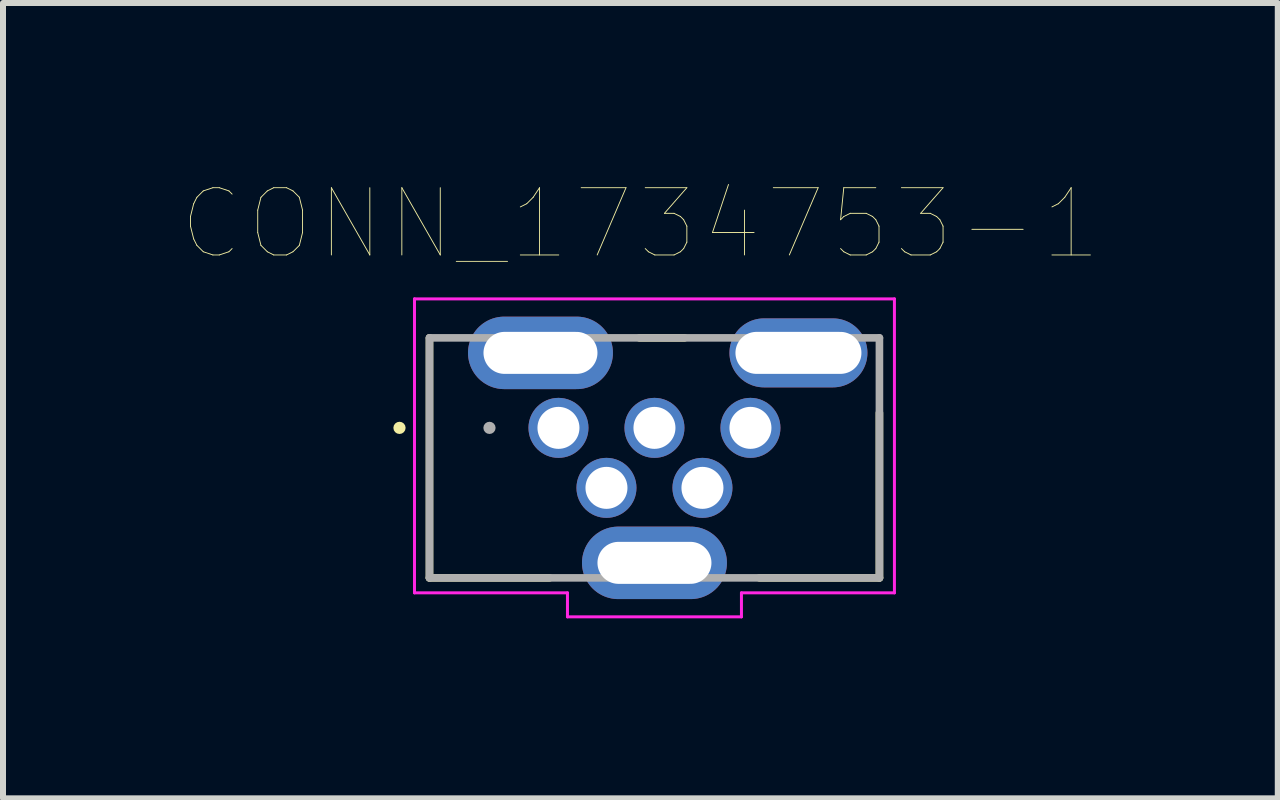
<source format=kicad_pcb>
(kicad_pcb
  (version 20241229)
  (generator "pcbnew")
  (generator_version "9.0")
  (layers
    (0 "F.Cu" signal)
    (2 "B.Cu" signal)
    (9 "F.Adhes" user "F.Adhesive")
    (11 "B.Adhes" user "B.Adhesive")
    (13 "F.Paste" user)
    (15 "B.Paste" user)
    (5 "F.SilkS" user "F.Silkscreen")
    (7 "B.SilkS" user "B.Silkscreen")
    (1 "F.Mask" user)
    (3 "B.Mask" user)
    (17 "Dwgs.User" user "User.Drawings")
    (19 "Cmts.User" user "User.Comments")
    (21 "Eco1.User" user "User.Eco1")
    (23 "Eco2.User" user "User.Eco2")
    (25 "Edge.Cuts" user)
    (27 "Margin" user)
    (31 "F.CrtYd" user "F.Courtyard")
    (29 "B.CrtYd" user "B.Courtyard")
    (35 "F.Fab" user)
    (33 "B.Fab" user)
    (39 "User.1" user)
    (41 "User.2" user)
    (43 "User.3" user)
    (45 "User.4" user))
  (footprint "CONN_1734753-1"
    (layer "F.Cu")
    (at 7.859 4.582)
    (property "Reference" "CONN_1734753-1" (at -0.234 -3.9 0) (layer "F.SilkS") (effects (font (size 1.121 1.121) (thickness 0.015))))
    (attr through_hole)
    (fp_line (start -3.75 2) (end -3.75 -2) (stroke (width 0.127) (type solid)) (layer "F.SilkS"))
    (fp_line (start -1.75 2) (end -3.75 2) (stroke (width 0.127) (type solid)) (layer "F.SilkS"))
    (fp_line (start 0.5 -2) (end -0.25 -2) (stroke (width 0.127) (type solid)) (layer "F.SilkS"))
    (fp_line (start 3.75 2) (end 1.75 2) (stroke (width 0.127) (type solid)) (layer "F.SilkS"))
    (fp_line (start 3.75 2) (end 3.75 -0.75) (stroke (width 0.127) (type solid)) (layer "F.SilkS"))
    (fp_circle (center -4.25 -0.5) (end -4.199 -0.5) (stroke (width 0.102) (type solid)) (fill no) (layer "F.SilkS"))
    (fp_line (start -4 -2.65) (end -4 2.25) (stroke (width 0.05) (type solid)) (layer "F.CrtYd"))
    (fp_line (start -4 2.25) (end -1.45 2.25) (stroke (width 0.05) (type solid)) (layer "F.CrtYd"))
    (fp_line (start -1.45 2.25) (end -1.45 2.65) (stroke (width 0.05) (type solid)) (layer "F.CrtYd"))
    (fp_line (start -1.45 2.65) (end 1.45 2.65) (stroke (width 0.05) (type solid)) (layer "F.CrtYd"))
    (fp_line (start 1.45 2.25) (end 4 2.25) (stroke (width 0.05) (type solid)) (layer "F.CrtYd"))
    (fp_line (start 1.45 2.65) (end 1.45 2.25) (stroke (width 0.05) (type solid)) (layer "F.CrtYd"))
    (fp_line (start 4 -2.65) (end -4 -2.65) (stroke (width 0.05) (type solid)) (layer "F.CrtYd"))
    (fp_line (start 4 2.25) (end 4 -2.65) (stroke (width 0.05) (type solid)) (layer "F.CrtYd"))
    (fp_line (start -3.75 -2) (end 3.75 -2) (stroke (width 0.127) (type solid)) (layer "F.Fab"))
    (fp_line (start -3.75 2) (end -3.75 -2) (stroke (width 0.127) (type solid)) (layer "F.Fab"))
    (fp_line (start 3.75 -2) (end 3.75 2) (stroke (width 0.127) (type solid)) (layer "F.Fab"))
    (fp_line (start 3.75 2) (end -3.75 2) (stroke (width 0.127) (type solid)) (layer "F.Fab"))
    (fp_circle (center -2.75 -0.5) (end -2.699 -0.5) (stroke (width 0.102) (type solid)) (fill no) (layer "F.Fab"))
    (pad "1" thru_hole circle (at -1.6 -0.5) (size 1 1) (drill 0.7) (layers "*.Cu" "*.Mask"))
    (pad "2" thru_hole circle (at -0.8 0.5) (size 1 1) (drill 0.7) (layers "*.Cu" "*.Mask"))
    (pad "3" thru_hole circle (at 0 -0.5) (size 1 1) (drill 0.7) (layers "*.Cu" "*.Mask"))
    (pad "4" thru_hole circle (at 0.8 0.5) (size 1 1) (drill 0.7) (layers "*.Cu" "*.Mask"))
    (pad "5" thru_hole circle (at 1.6 -0.5) (size 1 1) (drill 0.7) (layers "*.Cu" "*.Mask"))
    (pad "S1" thru_hole oval (at -1.9 -1.75) (size 2.416 1.208) (drill oval 1.9 0.7) (layers "*.Cu" "*.Mask"))
    (pad "S2" thru_hole oval (at 2.4 -1.75) (size 2.3 1.15) (drill oval 2.1 0.7) (layers "*.Cu" "*.Mask"))
    (pad "S3" thru_hole oval (at 0 1.75) (size 2.416 1.208) (drill oval 1.9 0.7) (layers "*.Cu" "*.Mask")))
  (gr_rect
    (start -3 -3)
    (end 18.249 10.257)
    (stroke (width 0.1) (type default))
    (fill no)
    (layer "Edge.Cuts")))
</source>
